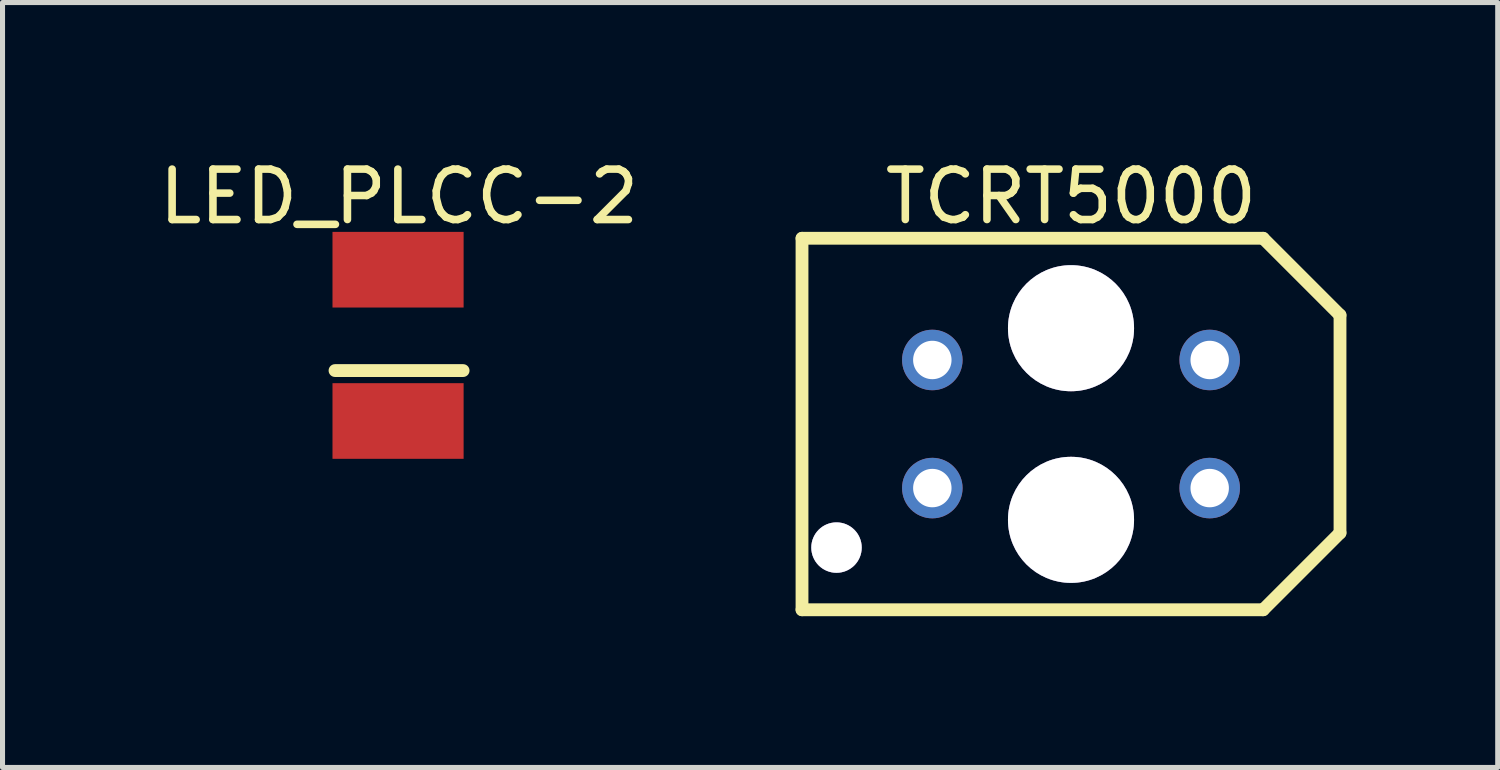
<source format=kicad_pcb>
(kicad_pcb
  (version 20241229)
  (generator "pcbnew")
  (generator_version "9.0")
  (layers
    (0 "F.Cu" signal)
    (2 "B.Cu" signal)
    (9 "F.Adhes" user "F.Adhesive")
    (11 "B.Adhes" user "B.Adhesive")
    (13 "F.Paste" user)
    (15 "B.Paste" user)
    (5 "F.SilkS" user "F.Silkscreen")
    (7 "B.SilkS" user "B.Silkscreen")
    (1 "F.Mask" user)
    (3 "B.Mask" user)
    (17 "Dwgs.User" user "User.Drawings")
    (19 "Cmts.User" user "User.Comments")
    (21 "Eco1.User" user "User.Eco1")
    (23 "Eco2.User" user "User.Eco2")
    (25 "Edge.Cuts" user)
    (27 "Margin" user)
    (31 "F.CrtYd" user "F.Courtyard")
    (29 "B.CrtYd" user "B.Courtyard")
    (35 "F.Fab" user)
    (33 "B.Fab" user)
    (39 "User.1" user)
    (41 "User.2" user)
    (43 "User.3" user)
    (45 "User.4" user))
  (footprint "TCRT5000"
    (layer "F.Cu")
    (at 18.187 5.358)
    (property "Reference" "TCRT5000" (at 0 -4.51 0) (layer "F.SilkS") (effects (font (size 1 1) (thickness 0.15))))
    (fp_line (start -5.334 -3.683) (end 3.81 -3.683) (stroke (width 0.254) (type solid)) (layer "F.SilkS"))
    (fp_line (start -5.334 3.683) (end -5.334 -3.683) (stroke (width 0.254) (type solid)) (layer "F.SilkS"))
    (fp_line (start -5.334 3.683) (end 3.81 3.683) (stroke (width 0.254) (type solid)) (layer "F.SilkS"))
    (fp_line (start 3.81 -3.683) (end 5.334 -2.159) (stroke (width 0.254) (type solid)) (layer "F.SilkS"))
    (fp_line (start 3.81 3.683) (end 5.334 2.159) (stroke (width 0.254) (type solid)) (layer "F.SilkS"))
    (fp_line (start 5.334 2.159) (end 5.334 -2.159) (stroke (width 0.254) (type solid)) (layer "F.SilkS"))
    (pad "0" thru_hole circle (at -4.65 2.45) (size 1 1) (drill 1) (layers "*.Cu" "*.Mask"))
    (pad "0" thru_hole circle (at 0 -1.9) (size 2.5 2.5) (drill 2.5) (layers "*.Cu" "*.Mask"))
    (pad "0" thru_hole circle (at 0 1.9) (size 2.5 2.5) (drill 2.5) (layers "*.Cu" "*.Mask"))
    (pad "A" thru_hole circle (at 2.75 -1.27) (size 1.2 1.2) (drill 0.762) (layers "*.Cu" "*.Mask"))
    (pad "Cath" thru_hole circle (at 2.75 1.27) (size 1.2 1.2) (drill 0.762) (layers "*.Cu" "*.Mask"))
    (pad "Coll" thru_hole circle (at -2.75 -1.27) (size 1.2 1.2) (drill 0.762) (layers "*.Cu" "*.Mask"))
    (pad "E" thru_hole circle (at -2.75 1.27) (size 1.2 1.2) (drill 0.762) (layers "*.Cu" "*.Mask")))
  (footprint "LED_PLCC-2"
    (layer "F.Cu")
    (at 4.843 3.798)
    (property "Reference" "LED_PLCC-2" (at 0.02 -2.95 0) (layer "F.SilkS") (effects (font (size 1 1) (thickness 0.15))))
    (fp_line (start -1.25 0.5) (end 1.29 0.5) (stroke (width 0.254) (type solid)) (layer "F.SilkS"))
    (pad "A" smd rect (at 0 -1.5) (size 2.6 1.5) (layers "F.Cu" "F.Mask" "F.Paste"))
    (pad "K" smd rect (at 0 1.5) (size 2.6 1.5) (layers "F.Cu" "F.Mask" "F.Paste")))
  (gr_rect
    (start -3 -3)
    (end 26.648 12.168)
    (stroke (width 0.1) (type default))
    (fill no)
    (layer "Edge.Cuts")))
</source>
